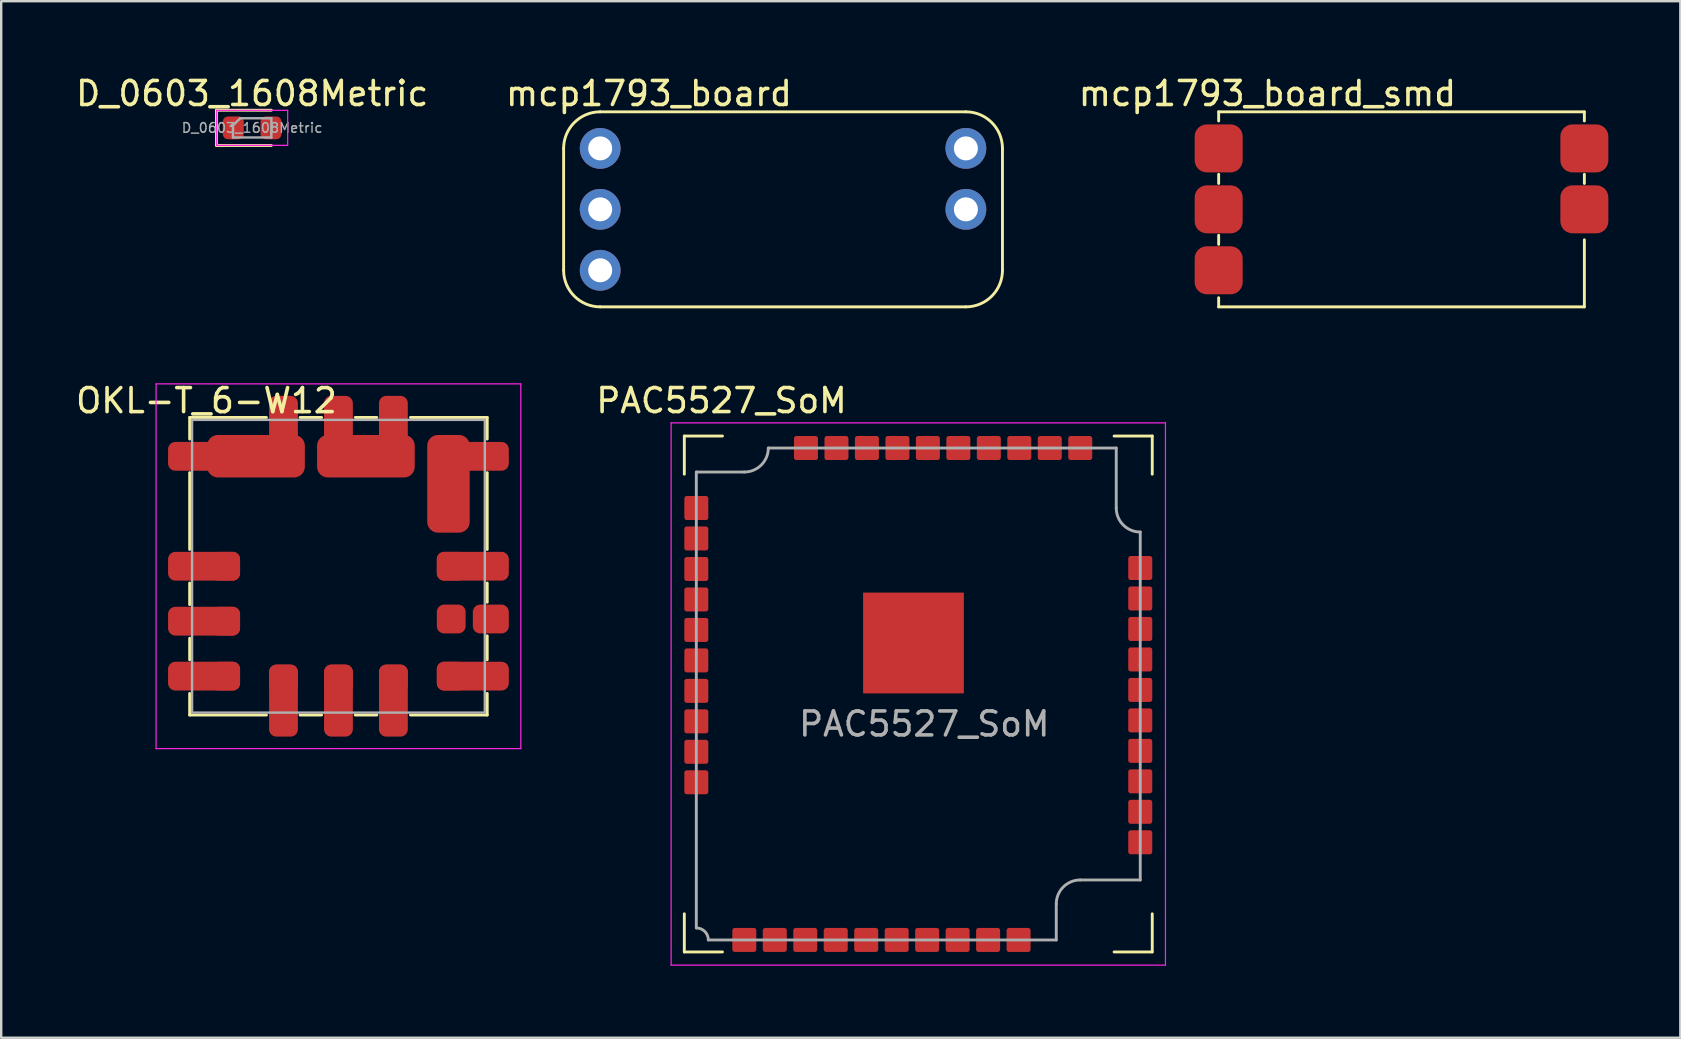
<source format=kicad_pcb>
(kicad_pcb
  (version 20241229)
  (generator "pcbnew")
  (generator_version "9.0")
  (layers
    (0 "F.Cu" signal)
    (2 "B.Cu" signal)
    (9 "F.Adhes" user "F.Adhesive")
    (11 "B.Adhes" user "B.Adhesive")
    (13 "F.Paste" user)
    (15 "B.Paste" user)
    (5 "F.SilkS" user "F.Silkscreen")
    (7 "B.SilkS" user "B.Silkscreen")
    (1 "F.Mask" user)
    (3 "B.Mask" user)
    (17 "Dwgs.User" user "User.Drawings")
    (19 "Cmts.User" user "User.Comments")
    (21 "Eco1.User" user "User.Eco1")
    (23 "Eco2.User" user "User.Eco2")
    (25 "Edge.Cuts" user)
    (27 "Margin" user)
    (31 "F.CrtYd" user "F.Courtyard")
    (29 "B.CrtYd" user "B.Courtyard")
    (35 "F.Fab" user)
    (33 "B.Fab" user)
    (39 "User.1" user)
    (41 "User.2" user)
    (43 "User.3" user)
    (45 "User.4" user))
  (footprint "OKL-T_6-W12"
    (layer "F.Cu")
    (at 11.054 20.547)
    (property "Reference" "OKL-T_6-W12" (at -5.5 -6.9 0) (unlocked yes) (layer "F.SilkS") (effects (font (size 1 1) (thickness 0.15))))
    (attr smd)
    (fp_line (start -6.2 -6.2) (end -6.2 -5.3) (stroke (width 0.12) (type solid)) (layer "F.SilkS"))
    (fp_line (start -6.2 -0.7) (end -6.2 -3.9) (stroke (width 0.12) (type solid)) (layer "F.SilkS"))
    (fp_line (start -6.2 1.6) (end -6.2 0.7) (stroke (width 0.12) (type solid)) (layer "F.SilkS"))
    (fp_line (start -6.2 3.9) (end -6.2 3) (stroke (width 0.12) (type solid)) (layer "F.SilkS"))
    (fp_line (start -6.2 6.2) (end -6.2 5.3) (stroke (width 0.12) (type solid)) (layer "F.SilkS"))
    (fp_line (start -6.2 6.2) (end -3 6.2) (stroke (width 0.12) (type solid)) (layer "F.SilkS"))
    (fp_line (start -3 -6.2) (end -6.2 -6.2) (stroke (width 0.12) (type solid)) (layer "F.SilkS"))
    (fp_line (start -1.6 -6.2) (end -0.7 -6.2) (stroke (width 0.12) (type solid)) (layer "F.SilkS"))
    (fp_line (start -0.7 6.2) (end -1.6 6.2) (stroke (width 0.12) (type solid)) (layer "F.SilkS"))
    (fp_line (start 0.7 -6.2) (end 1.6 -6.2) (stroke (width 0.12) (type solid)) (layer "F.SilkS"))
    (fp_line (start 1.6 6.2) (end 0.7 6.2) (stroke (width 0.12) (type solid)) (layer "F.SilkS"))
    (fp_line (start 3 -6.2) (end 6.2 -6.2) (stroke (width 0.12) (type solid)) (layer "F.SilkS"))
    (fp_line (start 6.2 -6.2) (end 6.2 -5.3) (stroke (width 0.12) (type solid)) (layer "F.SilkS"))
    (fp_line (start 6.2 -3.9) (end 6.2 -0.7) (stroke (width 0.12) (type solid)) (layer "F.SilkS"))
    (fp_line (start 6.2 0.7) (end 6.2 1.5) (stroke (width 0.12) (type solid)) (layer "F.SilkS"))
    (fp_line (start 6.2 2.9) (end 6.2 3.9) (stroke (width 0.12) (type solid)) (layer "F.SilkS"))
    (fp_line (start 6.2 5.3) (end 6.2 6.2) (stroke (width 0.12) (type solid)) (layer "F.SilkS"))
    (fp_line (start 6.2 6.2) (end 3 6.2) (stroke (width 0.12) (type solid)) (layer "F.SilkS"))
    (fp_line (start -7.6 -7.6) (end 7.6 -7.6) (stroke (width 0.05) (type solid)) (layer "F.CrtYd"))
    (fp_line (start -7.6 7.6) (end -7.6 -7.6) (stroke (width 0.05) (type solid)) (layer "F.CrtYd"))
    (fp_line (start 7.6 -7.6) (end 7.6 7.6) (stroke (width 0.05) (type solid)) (layer "F.CrtYd"))
    (fp_line (start 7.6 7.6) (end -7.6 7.6) (stroke (width 0.05) (type solid)) (layer "F.CrtYd"))
    (fp_line (start -6.1 -6.1) (end -6.1 6.1) (stroke (width 0.1) (type solid)) (layer "F.Fab"))
    (fp_line (start -6.1 6.1) (end 6.1 6.1) (stroke (width 0.1) (type solid)) (layer "F.Fab"))
    (fp_line (start 6.1 -6.1) (end -6.1 -6.1) (stroke (width 0.1) (type solid)) (layer "F.Fab"))
    (fp_line (start 6.1 6.1) (end 6.1 -6.1) (stroke (width 0.1) (type solid)) (layer "F.Fab"))
    (pad "1" smd roundrect (at -5.6 0 180) (size 3 1.2) (layers "F.Cu" "F.Mask") (roundrect_rratio 0.25))
    (pad "1" smd roundrect (at -4.7 0 180) (size 1.2 1.2) (layers "F.Cu" "F.Mask" "F.Paste") (roundrect_rratio 0.25))
    (pad "2" smd roundrect (at -5.6 -4.58 180) (size 3 1.2) (layers "F.Cu" "F.Mask") (roundrect_rratio 0.25))
    (pad "2" smd roundrect (at -5.47 -3.7 180) (size 4.07 1.77) (drill (offset -2.035 0.885)) (layers "F.Cu" "F.Mask" "F.Paste") (roundrect_rratio 0.25))
    (pad "2" smd roundrect (at -2.29 -5.6 90) (size 3 1.2) (layers "F.Cu" "F.Mask") (roundrect_rratio 0.25))
    (pad "3" smd roundrect (at 0 -5.6 90) (size 3 1.2) (layers "F.Cu" "F.Mask") (roundrect_rratio 0.25))
    (pad "3" smd roundrect (at 1.145 -3.7 180) (size 4.07 1.77) (drill (offset 0 0.885)) (layers "F.Cu" "F.Mask" "F.Paste") (roundrect_rratio 0.25))
    (pad "3" smd roundrect (at 2.29 -5.6 90) (size 3 1.2) (layers "F.Cu" "F.Mask") (roundrect_rratio 0.25))
    (pad "4" smd roundrect (at 3.7 -1.4 270) (size 4.07 1.77) (drill (offset -2.035 -0.885)) (layers "F.Cu" "F.Mask" "F.Paste") (roundrect_rratio 0.25))
    (pad "4" smd roundrect (at 5.6 -4.58 180) (size 3 1.2) (layers "F.Cu" "F.Mask") (roundrect_rratio 0.25))
    (pad "5" smd roundrect (at 4.7 0 180) (size 1.2 1.2) (layers "F.Cu" "F.Mask" "F.Paste") (roundrect_rratio 0.25))
    (pad "5" smd roundrect (at 5.6 0 180) (size 3 1.2) (layers "F.Cu" "F.Mask") (roundrect_rratio 0.25))
    (pad "6" smd roundrect (at 4.7 4.58 180) (size 1.2 1.2) (layers "F.Cu" "F.Mask" "F.Paste") (roundrect_rratio 0.25))
    (pad "6" smd roundrect (at 5.6 4.58 180) (size 3 1.2) (layers "F.Cu" "F.Mask") (roundrect_rratio 0.25))
    (pad "7" smd roundrect (at 0 4.7 180) (size 1.2 1.2) (layers "F.Cu" "F.Mask" "F.Paste") (roundrect_rratio 0.25))
    (pad "7" smd roundrect (at 0 5.6 90) (size 3 1.2) (layers "F.Cu" "F.Mask") (roundrect_rratio 0.25))
    (pad "8" smd roundrect (at -2.29 4.7 180) (size 1.2 1.2) (layers "F.Cu" "F.Mask" "F.Paste") (roundrect_rratio 0.25))
    (pad "8" smd roundrect (at -2.29 5.6 90) (size 3 1.2) (layers "F.Cu" "F.Mask") (roundrect_rratio 0.25))
    (pad "9" smd roundrect (at -5.6 4.58 180) (size 3 1.2) (layers "F.Cu" "F.Mask") (roundrect_rratio 0.25))
    (pad "9" smd roundrect (at -4.7 4.58 180) (size 1.2 1.2) (layers "F.Cu" "F.Mask" "F.Paste") (roundrect_rratio 0.25))
    (pad "10" smd roundrect (at -5.6 2.29 180) (size 3 1.2) (layers "F.Cu" "F.Mask") (roundrect_rratio 0.25))
    (pad "10" smd roundrect (at -4.7 2.29 180) (size 1.2 1.2) (layers "F.Cu" "F.Mask" "F.Paste") (roundrect_rratio 0.25))
    (pad "11" smd roundrect (at 4.1 2.2) (size 1.2 1.2) (drill (offset 0.6 0)) (layers "F.Cu" "F.Mask" "F.Paste") (roundrect_rratio 0.25))
    (pad "11" smd roundrect (at 7.1 2.2 180) (size 1.5 1.2) (drill (offset 0.75 0)) (layers "F.Cu" "F.Mask") (roundrect_rratio 0.25))
    (pad "12" smd roundrect (at 2.29 4.7 180) (size 1.2 1.2) (layers "F.Cu" "F.Mask" "F.Paste") (roundrect_rratio 0.25))
    (pad "12" smd roundrect (at 2.29 5.6 90) (size 3 1.2) (layers "F.Cu" "F.Mask") (roundrect_rratio 0.25)))
  (footprint "mcp1793_board_smd"
    (layer "F.Cu")
    (at 55.356 5.674)
    (property "Reference" "mcp1793_board_smd" (at -5.588 -4.826 0) (unlocked yes) (layer "F.SilkS") (effects (font (size 1 1) (thickness 0.15))))
    (attr smd)
    (fp_line (start -7.62 -3.683) (end -7.62 -4.064) (stroke (width 0.12) (type solid)) (layer "F.SilkS"))
    (fp_line (start -7.62 -1.079) (end -7.62 -1.46) (stroke (width 0.12) (type solid)) (layer "F.SilkS"))
    (fp_line (start -7.62 1.46) (end -7.62 1.079) (stroke (width 0.12) (type solid)) (layer "F.SilkS"))
    (fp_line (start -7.62 4.064) (end -7.62 3.683) (stroke (width 0.12) (type solid)) (layer "F.SilkS"))
    (fp_line (start -7.62 4.064) (end 7.62 4.064) (stroke (width 0.12) (type solid)) (layer "F.SilkS"))
    (fp_line (start 7.62 -4.064) (end -7.62 -4.064) (stroke (width 0.12) (type solid)) (layer "F.SilkS"))
    (fp_line (start 7.62 -4.064) (end 7.62 -3.683) (stroke (width 0.12) (type solid)) (layer "F.SilkS"))
    (fp_line (start 7.62 -1.079) (end 7.62 -1.46) (stroke (width 0.12) (type solid)) (layer "F.SilkS"))
    (fp_line (start 7.62 4.064) (end 7.62 1.27) (stroke (width 0.12) (type solid)) (layer "F.SilkS"))
    (pad "1" smd roundrect (at -7.62 -2.54) (size 2 2) (layers "F.Cu" "F.Mask" "F.Paste") (roundrect_rratio 0.25))
    (pad "2" smd roundrect (at -7.62 0) (size 2 2) (layers "F.Cu" "F.Mask" "F.Paste") (roundrect_rratio 0.25))
    (pad "3" smd roundrect (at -7.62 2.54) (size 2 2) (layers "F.Cu" "F.Mask" "F.Paste") (roundrect_rratio 0.25))
    (pad "4" smd roundrect (at 7.62 0) (size 2 2) (layers "F.Cu" "F.Mask" "F.Paste") (roundrect_rratio 0.25))
    (pad "5" smd roundrect (at 7.62 -2.54) (size 2 2) (layers "F.Cu" "F.Mask" "F.Paste") (roundrect_rratio 0.25)))
  (footprint "mcp1793_board"
    (layer "F.Cu")
    (at 29.582 5.674)
    (property "Reference" "mcp1793_board" (at -5.588 -4.826 0) (unlocked yes) (layer "F.SilkS") (effects (font (size 1 1) (thickness 0.15))))
    (attr through_hole)
    (fp_line (start -9.144 -2.54) (end -9.144 2.54) (stroke (width 0.12) (type solid)) (layer "F.SilkS"))
    (fp_line (start -7.62 4.064) (end 7.62 4.064) (stroke (width 0.12) (type solid)) (layer "F.SilkS"))
    (fp_line (start 7.62 -4.064) (end -7.62 -4.064) (stroke (width 0.12) (type solid)) (layer "F.SilkS"))
    (fp_line (start 9.144 2.54) (end 9.144 -2.54) (stroke (width 0.12) (type solid)) (layer "F.SilkS"))
    (fp_arc (start -9.144 -2.54) (mid -8.697631 -3.617631) (end -7.62 -4.064) (stroke (width 0.12) (type solid)) (layer "F.SilkS"))
    (fp_arc (start -7.62 4.064) (mid -8.697631 3.617631) (end -9.144 2.54) (stroke (width 0.12) (type solid)) (layer "F.SilkS"))
    (fp_arc (start 7.62 -4.064) (mid 8.697631 -3.617631) (end 9.144 -2.54) (stroke (width 0.12) (type solid)) (layer "F.SilkS"))
    (fp_arc (start 9.144 2.54) (mid 8.697631 3.617631) (end 7.62 4.064) (stroke (width 0.12) (type solid)) (layer "F.SilkS"))
    (pad "1" thru_hole circle (at -7.62 -2.54) (size 1.7 1.7) (drill 1) (layers "*.Cu" "*.Mask"))
    (pad "2" thru_hole circle (at -7.62 0) (size 1.7 1.7) (drill 1) (layers "*.Cu" "*.Mask"))
    (pad "3" thru_hole circle (at -7.62 2.54) (size 1.7 1.7) (drill 1) (layers "*.Cu" "*.Mask"))
    (pad "4" thru_hole circle (at 7.62 0) (size 1.7 1.7) (drill 1) (layers "*.Cu" "*.Mask"))
    (pad "5" thru_hole circle (at 7.62 -2.54) (size 1.7 1.7) (drill 1) (layers "*.Cu" "*.Mask")))
  (footprint "PAC5527_SoM"
    (layer "F.Cu")
    (at 25.968 36.121)
    (property "Reference" "PAC5527_SoM" (at 1.05 -22.475 0) (layer "F.SilkS") (effects (font (size 1 1) (thickness 0.15))))
    (attr smd)
    (fp_line (start -0.5 -19.41) (end -0.5 -21) (stroke (width 0.12) (type solid)) (layer "F.SilkS"))
    (fp_line (start -0.5 0.5) (end -0.5 -1.09) (stroke (width 0.12) (type solid)) (layer "F.SilkS"))
    (fp_line (start 1.09 -21) (end -0.5 -21) (stroke (width 0.12) (type solid)) (layer "F.SilkS"))
    (fp_line (start 1.09 0.5) (end -0.5 0.5) (stroke (width 0.12) (type solid)) (layer "F.SilkS"))
    (fp_line (start 17.41 0.5) (end 19 0.5) (stroke (width 0.12) (type solid)) (layer "F.SilkS"))
    (fp_line (start 19 -21) (end 17.41 -21) (stroke (width 0.12) (type solid)) (layer "F.SilkS"))
    (fp_line (start 19 -19.41) (end 19 -21) (stroke (width 0.12) (type solid)) (layer "F.SilkS"))
    (fp_line (start 19 0.5) (end 19 -1.09) (stroke (width 0.12) (type solid)) (layer "F.SilkS"))
    (fp_line (start -1.05 -21.55) (end 19.55 -21.55) (stroke (width 0.05) (type solid)) (layer "F.CrtYd"))
    (fp_line (start -1.05 1.05) (end -1.05 -21.55) (stroke (width 0.05) (type solid)) (layer "F.CrtYd"))
    (fp_line (start 19.55 -21.55) (end 19.55 1.05) (stroke (width 0.05) (type solid)) (layer "F.CrtYd"))
    (fp_line (start 19.55 1.05) (end -1.05 1.05) (stroke (width 0.05) (type solid)) (layer "F.CrtYd"))
    (fp_line (start 0 -19.5) (end 0 -0.5) (stroke (width 0.12) (type solid)) (layer "F.Fab"))
    (fp_line (start 0.5 0) (end 15 0) (stroke (width 0.12) (type solid)) (layer "F.Fab"))
    (fp_line (start 2 -19.5) (end 0 -19.5) (stroke (width 0.12) (type solid)) (layer "F.Fab"))
    (fp_line (start 3 -20.5) (end 17.5 -20.5) (stroke (width 0.12) (type solid)) (layer "F.Fab"))
    (fp_line (start 15 0) (end 15 -1.5) (stroke (width 0.12) (type solid)) (layer "F.Fab"))
    (fp_line (start 17.5 -20.5) (end 17.5 -18) (stroke (width 0.12) (type solid)) (layer "F.Fab"))
    (fp_line (start 18.5 -2.5) (end 16 -2.5) (stroke (width 0.12) (type solid)) (layer "F.Fab"))
    (fp_line (start 18.5 -2.5) (end 18.5 -17) (stroke (width 0.12) (type solid)) (layer "F.Fab"))
    (fp_arc (start 0 -0.5) (mid 0.353553 -0.353553) (end 0.5 0) (stroke (width 0.12) (type solid)) (layer "F.Fab"))
    (fp_arc (start 3 -20.5) (mid 2.707107 -19.792893) (end 2 -19.5) (stroke (width 0.12) (type solid)) (layer "F.Fab"))
    (fp_arc (start 15 -1.5) (mid 15.292893 -2.207107) (end 16 -2.5) (stroke (width 0.12) (type solid)) (layer "F.Fab"))
    (fp_arc (start 18.5 -17) (mid 17.792893 -17.292893) (end 17.5 -18) (stroke (width 0.12) (type solid)) (layer "F.Fab"))
    (fp_text user "${REFERENCE}" (at 9.5 -9 0) (layer "F.Fab") (effects (font (size 1 1) (thickness 0.15))))
    (pad "" smd roundrect (at 7.65 -13.775) (size 1.13 1.13) (layers "F.Paste") (roundrect_rratio 0.221))
    (pad "" smd roundrect (at 7.65 -12.375) (size 1.13 1.13) (layers "F.Paste") (roundrect_rratio 0.221))
    (pad "" smd roundrect (at 7.65 -10.975) (size 1.13 1.13) (layers "F.Paste") (roundrect_rratio 0.221))
    (pad "" smd roundrect (at 9.05 -13.775) (size 1.13 1.13) (layers "F.Paste") (roundrect_rratio 0.221))
    (pad "" smd roundrect (at 9.05 -12.375) (size 1.13 1.13) (layers "F.Paste") (roundrect_rratio 0.221))
    (pad "" smd roundrect (at 9.05 -10.975) (size 1.13 1.13) (layers "F.Paste") (roundrect_rratio 0.221))
    (pad "" smd roundrect (at 10.45 -13.775) (size 1.13 1.13) (layers "F.Paste") (roundrect_rratio 0.221))
    (pad "" smd roundrect (at 10.45 -12.375) (size 1.13 1.13) (layers "F.Paste") (roundrect_rratio 0.221))
    (pad "" smd roundrect (at 10.45 -10.975) (size 1.13 1.13) (layers "F.Paste") (roundrect_rratio 0.221))
    (pad "1" smd roundrect (at 18.5 -15.5 90) (size 1 1) (layers "F.Cu" "F.Mask" "F.Paste") (roundrect_rratio 0.1))
    (pad "2" smd roundrect (at 18.5 -14.23) (size 1 1) (layers "F.Cu" "F.Mask" "F.Paste") (roundrect_rratio 0.1))
    (pad "3" smd roundrect (at 18.5 -12.96) (size 1 1) (layers "F.Cu" "F.Mask" "F.Paste") (roundrect_rratio 0.1))
    (pad "4" smd roundrect (at 18.5 -11.69) (size 1 1) (layers "F.Cu" "F.Mask" "F.Paste") (roundrect_rratio 0.1))
    (pad "5" smd roundrect (at 18.5 -10.42) (size 1 1) (layers "F.Cu" "F.Mask" "F.Paste") (roundrect_rratio 0.1))
    (pad "6" smd roundrect (at 18.5 -9.15) (size 1 1) (layers "F.Cu" "F.Mask" "F.Paste") (roundrect_rratio 0.1))
    (pad "7" smd roundrect (at 18.5 -7.88) (size 1 1) (layers "F.Cu" "F.Mask" "F.Paste") (roundrect_rratio 0.1))
    (pad "8" smd roundrect (at 18.5 -6.61) (size 1 1) (layers "F.Cu" "F.Mask" "F.Paste") (roundrect_rratio 0.1))
    (pad "9" smd roundrect (at 18.5 -5.34) (size 1 1) (layers "F.Cu" "F.Mask" "F.Paste") (roundrect_rratio 0.1))
    (pad "10" smd roundrect (at 18.5 -4.07) (size 1 1) (layers "F.Cu" "F.Mask" "F.Paste") (roundrect_rratio 0.1))
    (pad "11" smd roundrect (at 2 0 90) (size 1 1) (layers "F.Cu" "F.Mask" "F.Paste") (roundrect_rratio 0.1))
    (pad "12" smd roundrect (at 3.27 0 90) (size 1 1) (layers "F.Cu" "F.Mask" "F.Paste") (roundrect_rratio 0.1))
    (pad "13" smd roundrect (at 4.54 0 90) (size 1 1) (layers "F.Cu" "F.Mask" "F.Paste") (roundrect_rratio 0.1))
    (pad "14" smd roundrect (at 5.81 0 90) (size 1 1) (layers "F.Cu" "F.Mask" "F.Paste") (roundrect_rratio 0.1))
    (pad "15" smd roundrect (at 7.08 0 90) (size 1 1) (layers "F.Cu" "F.Mask" "F.Paste") (roundrect_rratio 0.1))
    (pad "16" smd roundrect (at 8.35 0 90) (size 1 1) (layers "F.Cu" "F.Mask" "F.Paste") (roundrect_rratio 0.1))
    (pad "17" smd roundrect (at 9.62 0 90) (size 1 1) (layers "F.Cu" "F.Mask" "F.Paste") (roundrect_rratio 0.1))
    (pad "18" smd roundrect (at 10.89 0 90) (size 1 1) (layers "F.Cu" "F.Mask" "F.Paste") (roundrect_rratio 0.1))
    (pad "19" smd roundrect (at 12.16 0 90) (size 1 1) (layers "F.Cu" "F.Mask" "F.Paste") (roundrect_rratio 0.1))
    (pad "20" smd roundrect (at 13.43 0 90) (size 1 1) (layers "F.Cu" "F.Mask" "F.Paste") (roundrect_rratio 0.1))
    (pad "21" smd roundrect (at 16 -20.5 90) (size 1 1) (layers "F.Cu" "F.Mask" "F.Paste") (roundrect_rratio 0.1))
    (pad "22" smd roundrect (at 14.73 -20.5 270) (size 1 1) (layers "F.Cu" "F.Mask" "F.Paste") (roundrect_rratio 0.1))
    (pad "23" smd roundrect (at 13.46 -20.5 270) (size 1 1) (layers "F.Cu" "F.Mask" "F.Paste") (roundrect_rratio 0.1))
    (pad "24" smd roundrect (at 12.19 -20.5 270) (size 1 1) (layers "F.Cu" "F.Mask" "F.Paste") (roundrect_rratio 0.1))
    (pad "25" smd roundrect (at 10.92 -20.5 270) (size 1 1) (layers "F.Cu" "F.Mask" "F.Paste") (roundrect_rratio 0.1))
    (pad "26" smd roundrect (at 9.65 -20.5 270) (size 1 1) (layers "F.Cu" "F.Mask" "F.Paste") (roundrect_rratio 0.1))
    (pad "27" smd roundrect (at 8.38 -20.5 270) (size 1 1) (layers "F.Cu" "F.Mask" "F.Paste") (roundrect_rratio 0.1))
    (pad "28" smd roundrect (at 7.11 -20.5 270) (size 1 1) (layers "F.Cu" "F.Mask" "F.Paste") (roundrect_rratio 0.1))
    (pad "29" smd roundrect (at 5.84 -20.5 270) (size 1 1) (layers "F.Cu" "F.Mask" "F.Paste") (roundrect_rratio 0.1))
    (pad "30" smd roundrect (at 4.57 -20.5 270) (size 1 1) (layers "F.Cu" "F.Mask" "F.Paste") (roundrect_rratio 0.1))
    (pad "31" smd roundrect (at 0 -18 180) (size 1 1) (layers "F.Cu" "F.Mask" "F.Paste") (roundrect_rratio 0.1))
    (pad "32" smd roundrect (at 0 -16.73) (size 1 1) (layers "F.Cu" "F.Mask" "F.Paste") (roundrect_rratio 0.1))
    (pad "33" smd roundrect (at 0 -15.46) (size 1 1) (layers "F.Cu" "F.Mask" "F.Paste") (roundrect_rratio 0.1))
    (pad "34" smd roundrect (at 0 -14.19) (size 1 1) (layers "F.Cu" "F.Mask" "F.Paste") (roundrect_rratio 0.1))
    (pad "35" smd roundrect (at 0 -12.92) (size 1 1) (layers "F.Cu" "F.Mask" "F.Paste") (roundrect_rratio 0.1))
    (pad "36" smd roundrect (at 0 -11.65) (size 1 1) (layers "F.Cu" "F.Mask" "F.Paste") (roundrect_rratio 0.1))
    (pad "37" smd roundrect (at 0 -10.38) (size 1 1) (layers "F.Cu" "F.Mask" "F.Paste") (roundrect_rratio 0.1))
    (pad "38" smd roundrect (at 0 -9.11) (size 1 1) (layers "F.Cu" "F.Mask" "F.Paste") (roundrect_rratio 0.1))
    (pad "39" smd roundrect (at 0 -7.84) (size 1 1) (layers "F.Cu" "F.Mask" "F.Paste") (roundrect_rratio 0.1))
    (pad "40" smd roundrect (at 0 -6.57) (size 1 1) (layers "F.Cu" "F.Mask" "F.Paste") (roundrect_rratio 0.1))
    (pad "41" smd rect (at 9.05 -12.375) (size 4.2 4.2) (layers "F.Cu" "F.Mask")))
  (footprint "D_0603_1608Metric"
    (layer "F.Cu")
    (at 7.458 2.278)
    (property "Reference" "D_0603_1608Metric" (at 0 -1.43 0) (layer "F.SilkS") (effects (font (size 1 1) (thickness 0.15))))
    (attr smd)
    (fp_line (start -1.485 -0.735) (end -1.485 0.735) (stroke (width 0.12) (type solid)) (layer "F.SilkS"))
    (fp_line (start -1.485 0.735) (end 0.8 0.735) (stroke (width 0.12) (type solid)) (layer "F.SilkS"))
    (fp_line (start 0.8 -0.735) (end -1.485 -0.735) (stroke (width 0.12) (type solid)) (layer "F.SilkS"))
    (fp_line (start -1.48 -0.73) (end 1.48 -0.73) (stroke (width 0.05) (type solid)) (layer "F.CrtYd"))
    (fp_line (start -1.48 0.73) (end -1.48 -0.73) (stroke (width 0.05) (type solid)) (layer "F.CrtYd"))
    (fp_line (start 1.48 -0.73) (end 1.48 0.73) (stroke (width 0.05) (type solid)) (layer "F.CrtYd"))
    (fp_line (start 1.48 0.73) (end -1.48 0.73) (stroke (width 0.05) (type solid)) (layer "F.CrtYd"))
    (fp_line (start -0.8 -0.1) (end -0.8 0.4) (stroke (width 0.1) (type solid)) (layer "F.Fab"))
    (fp_line (start -0.8 0.4) (end 0.8 0.4) (stroke (width 0.1) (type solid)) (layer "F.Fab"))
    (fp_line (start -0.5 -0.4) (end -0.8 -0.1) (stroke (width 0.1) (type solid)) (layer "F.Fab"))
    (fp_line (start 0.8 -0.4) (end -0.5 -0.4) (stroke (width 0.1) (type solid)) (layer "F.Fab"))
    (fp_line (start 0.8 0.4) (end 0.8 -0.4) (stroke (width 0.1) (type solid)) (layer "F.Fab"))
    (fp_text user "${REFERENCE}" (at 0 0 0) (layer "F.Fab") (effects (font (size 0.4 0.4) (thickness 0.06))))
    (pad "1" smd roundrect (at -0.787 0) (size 0.875 0.95) (layers "F.Cu" "F.Mask" "F.Paste") (roundrect_rratio 0.25))
    (pad "2" smd roundrect (at 0.787 0) (size 0.875 0.95) (layers "F.Cu" "F.Mask" "F.Paste") (roundrect_rratio 0.25)))
  (gr_rect
    (start -3 -3)
    (end 66.976 40.197)
    (stroke (width 0.1) (type default))
    (fill no)
    (layer "Edge.Cuts")))
</source>
